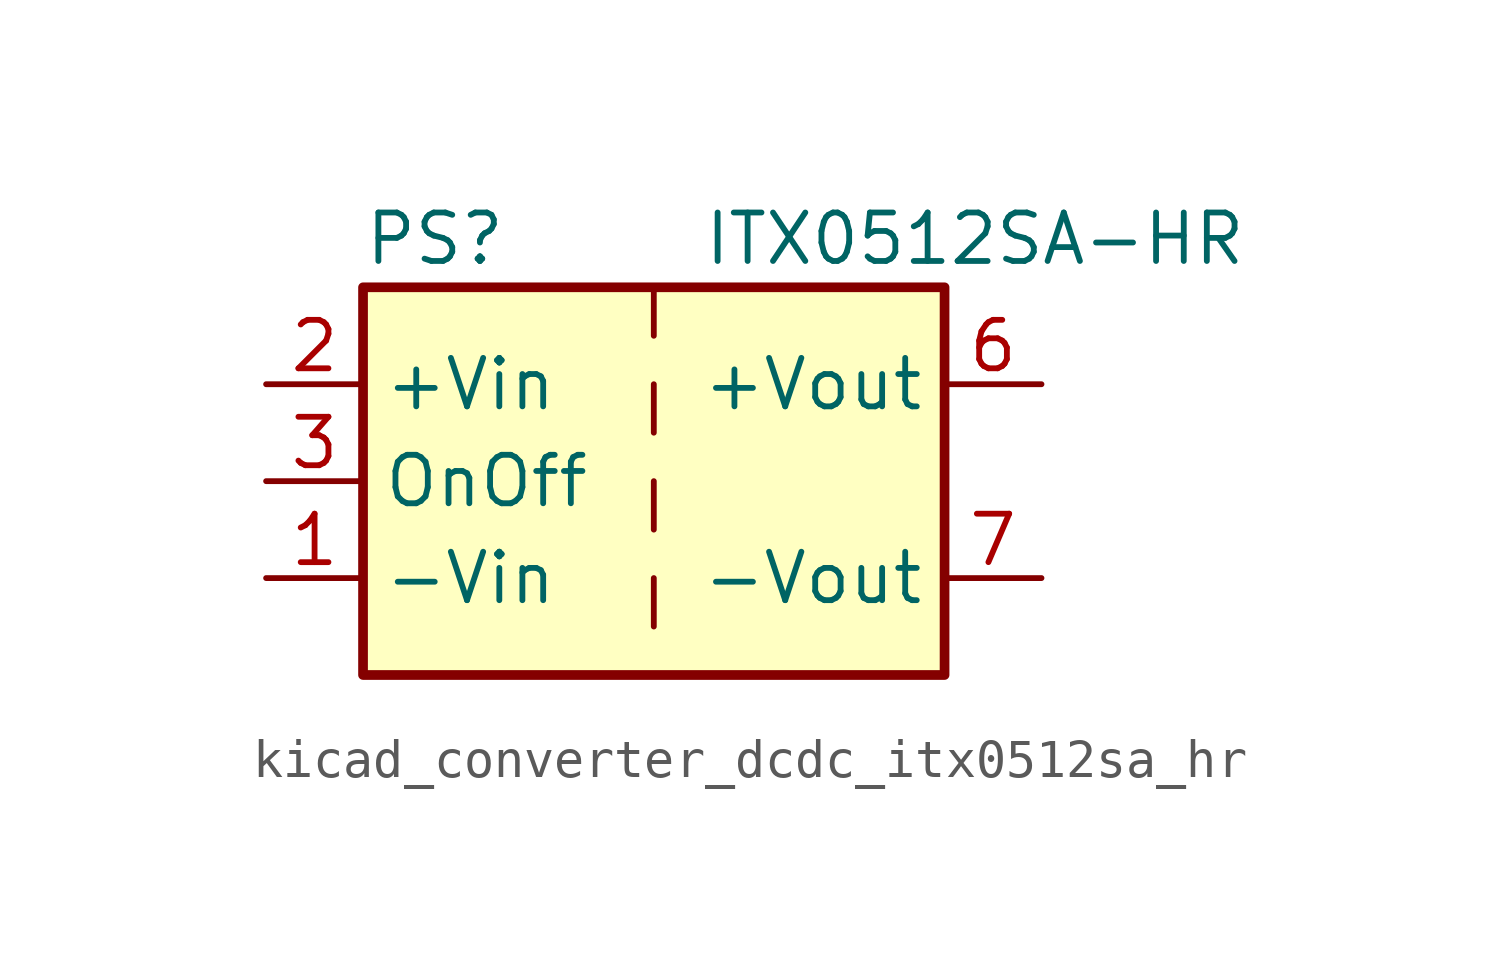
<source format=kicad_sym>
(kicad_symbol_lib
  (version 20220914)
  (generator kicad_symbol_editor)
  (symbol "kicad_converter_dcdc_itx0512sa_hr"
    (property "Reference" "PS"
      (at -7.62 6.35 0)
      (effects (font (size 1.27 1.27)) (justify left)))
    (property "Value" "ITX0512SA-HR"
      (at 1.27 6.35 0)
      (effects (font (size 1.27 1.27)) (justify left)))
    (symbol "kicad_converter_dcdc_itx0512sa_hr_0_0"
      (pin power_in line (at -10.16 -2.54 0) (length 2.54) (name "-Vin" (effects (font (size 1.27 1.27)))) (number "1" (effects (font (size 1.27 1.27)))))
      (pin power_in line (at -10.16 2.54 0) (length 2.54) (name "+Vin" (effects (font (size 1.27 1.27)))) (number "2" (effects (font (size 1.27 1.27)))))
      (pin input line (at -10.16 0 0) (length 2.54) (name "OnOff" (effects (font (size 1.27 1.27)))) (number "3" (effects (font (size 1.27 1.27)))))
      (pin no_connect line (at 0 5.08 270) (length 2.54) hide (name "NC" (effects (font (size 1.27 1.27)))) (number "5" (effects (font (size 1.27 1.27)))))
      (pin power_out line (at 10.16 2.54 180) (length 2.54) (name "+Vout" (effects (font (size 1.27 1.27)))) (number "6" (effects (font (size 1.27 1.27)))))
      (pin power_out line (at 10.16 -2.54 180) (length 2.54) (name "-Vout" (effects (font (size 1.27 1.27)))) (number "7" (effects (font (size 1.27 1.27)))))
      (pin no_connect line (at 7.62 0 180) (length 2.54) hide (name "NC" (effects (font (size 1.27 1.27)))) (number "8" (effects (font (size 1.27 1.27))))))
    (symbol "kicad_converter_dcdc_itx0512sa_hr_0_1"
      (rectangle (start -7.62 5.08) (end 7.62 -5.08) (stroke (width 0.254) (type default)) (fill (type background)))
      (polyline (pts (xy 0 -2.54) (xy 0 -3.81)) (stroke (width 0) (type default)) (fill (type none)))
      (polyline (pts (xy 0 0) (xy 0 -1.27)) (stroke (width 0) (type default)) (fill (type none)))
      (polyline (pts (xy 0 2.54) (xy 0 1.27)) (stroke (width 0) (type default)) (fill (type none)))
      (polyline (pts (xy 0 5.08) (xy 0 3.81)) (stroke (width 0) (type default)) (fill (type none))))))
</source>
